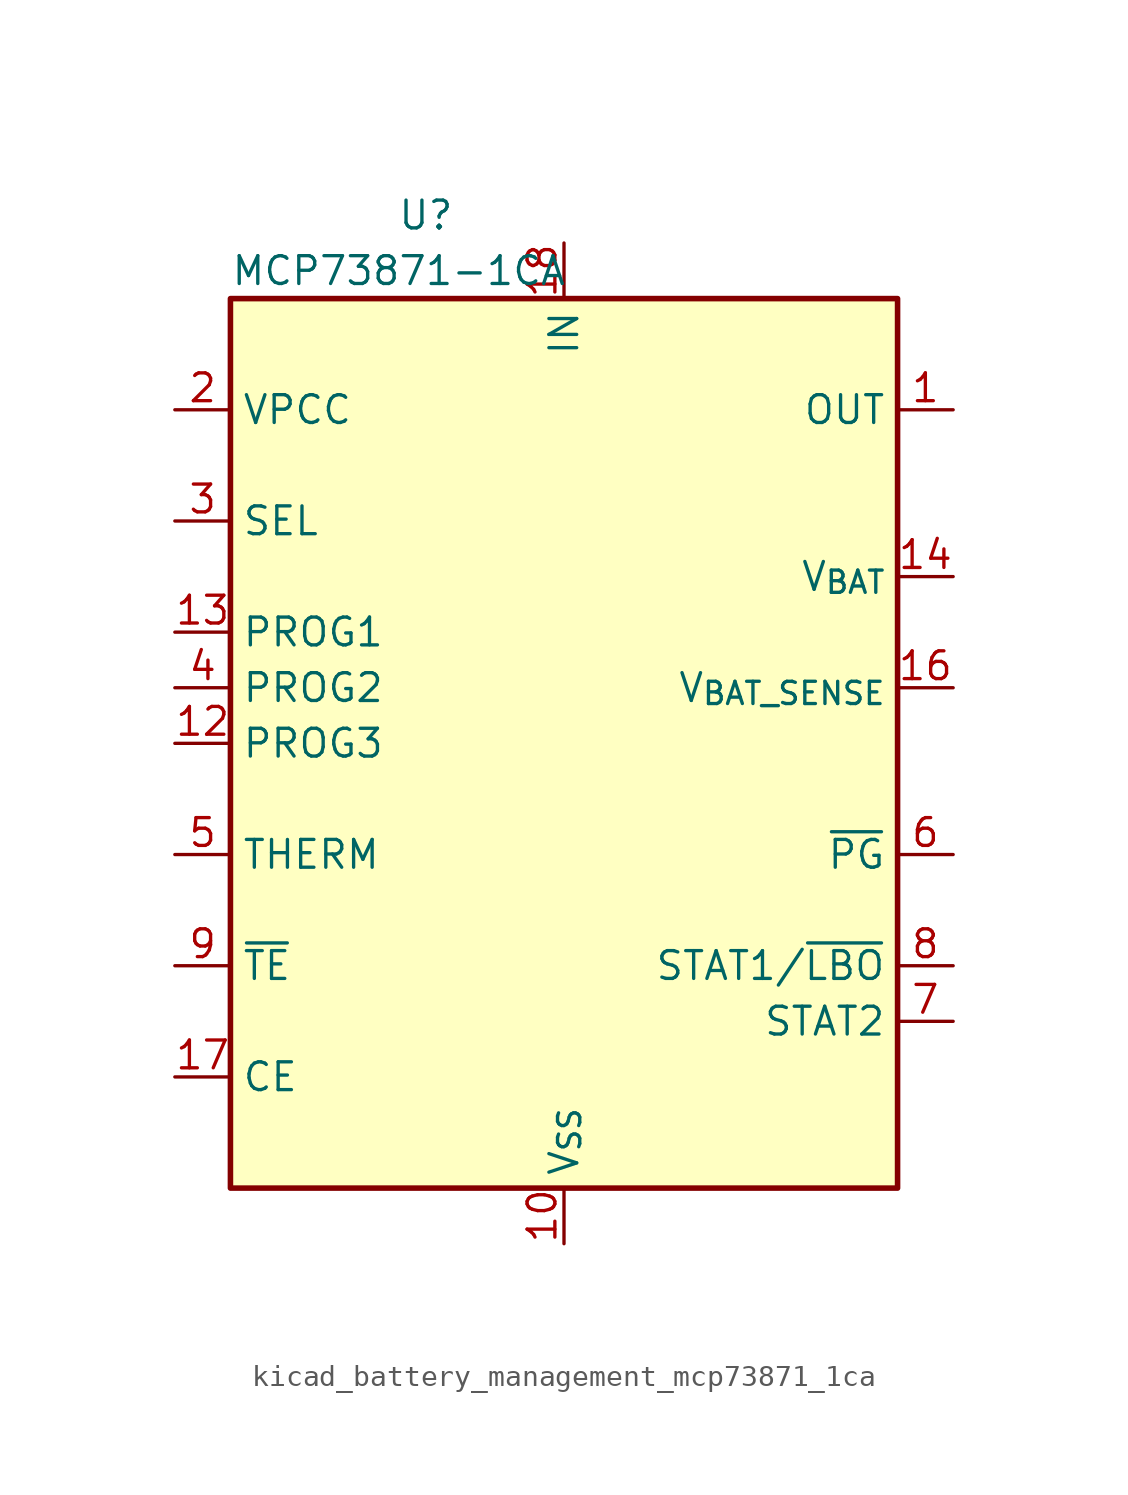
<source format=kicad_sym>
(kicad_symbol_lib
  (version 20220914)
  (generator kicad_symbol_editor)
  (symbol "kicad_battery_management_mcp73871_1ca"
    (property "Reference" "U"
      (at -7.62 24.13 0)
      (effects (font (size 1.27 1.27)) (justify left)))
    (property "Value" "MCP73871-1CA"
      (at -15.24 21.59 0)
      (effects (font (size 1.27 1.27)) (justify left)))
    (symbol "kicad_battery_management_mcp73871_1ca_0_1"
      (rectangle (start -15.24 20.32) (end 15.24 -20.32) (stroke (width 0.254) (type default)) (fill (type background))))
    (symbol "kicad_battery_management_mcp73871_1ca_1_1"
      (pin power_out line (at 17.78 15.24 180) (length 2.54) (name "OUT" (effects (font (size 1.27 1.27)))) (number "1" (effects (font (size 1.27 1.27)))))
      (pin power_in line (at 0 -22.86 90) (length 2.54) (name "V_{SS}" (effects (font (size 1.27 1.27)))) (number "10" (effects (font (size 1.27 1.27)))))
      (pin passive line (at 0 -22.86 90) (length 2.54) hide (name "V_{SS}" (effects (font (size 1.27 1.27)))) (number "11" (effects (font (size 1.27 1.27)))))
      (pin bidirectional line (at -17.78 0 0) (length 2.54) (name "PROG3" (effects (font (size 1.27 1.27)))) (number "12" (effects (font (size 1.27 1.27)))))
      (pin bidirectional line (at -17.78 5.08 0) (length 2.54) (name "PROG1" (effects (font (size 1.27 1.27)))) (number "13" (effects (font (size 1.27 1.27)))))
      (pin power_out line (at 17.78 7.62 180) (length 2.54) (name "V_{BAT}" (effects (font (size 1.27 1.27)))) (number "14" (effects (font (size 1.27 1.27)))))
      (pin passive line (at 17.78 7.62 180) (length 2.54) hide (name "V_{BAT}" (effects (font (size 1.27 1.27)))) (number "15" (effects (font (size 1.27 1.27)))))
      (pin input line (at 17.78 2.54 180) (length 2.54) (name "V_{BAT_SENSE}" (effects (font (size 1.27 1.27)))) (number "16" (effects (font (size 1.27 1.27)))))
      (pin input line (at -17.78 -15.24 0) (length 2.54) (name "CE" (effects (font (size 1.27 1.27)))) (number "17" (effects (font (size 1.27 1.27)))))
      (pin power_in line (at 0 22.86 270) (length 2.54) (name "IN" (effects (font (size 1.27 1.27)))) (number "18" (effects (font (size 1.27 1.27)))))
      (pin passive line (at 0 22.86 270) (length 2.54) hide (name "IN" (effects (font (size 1.27 1.27)))) (number "19" (effects (font (size 1.27 1.27)))))
      (pin input line (at -17.78 15.24 0) (length 2.54) (name "VPCC" (effects (font (size 1.27 1.27)))) (number "2" (effects (font (size 1.27 1.27)))))
      (pin passive line (at 17.78 15.24 180) (length 2.54) hide (name "OUT" (effects (font (size 1.27 1.27)))) (number "20" (effects (font (size 1.27 1.27)))))
      (pin passive line (at 0 -22.86 90) (length 2.54) hide (name "V_{SS}" (effects (font (size 1.27 1.27)))) (number "21" (effects (font (size 1.27 1.27)))))
      (pin input line (at -17.78 10.16 0) (length 2.54) (name "SEL" (effects (font (size 1.27 1.27)))) (number "3" (effects (font (size 1.27 1.27)))))
      (pin input line (at -17.78 2.54 0) (length 2.54) (name "PROG2" (effects (font (size 1.27 1.27)))) (number "4" (effects (font (size 1.27 1.27)))))
      (pin bidirectional line (at -17.78 -5.08 0) (length 2.54) (name "THERM" (effects (font (size 1.27 1.27)))) (number "5" (effects (font (size 1.27 1.27)))))
      (pin open_collector line (at 17.78 -5.08 180) (length 2.54) (name "~{PG}" (effects (font (size 1.27 1.27)))) (number "6" (effects (font (size 1.27 1.27)))))
      (pin open_collector line (at 17.78 -12.7 180) (length 2.54) (name "STAT2" (effects (font (size 1.27 1.27)))) (number "7" (effects (font (size 1.27 1.27)))))
      (pin open_collector line (at 17.78 -10.16 180) (length 2.54) (name "STAT1/~{LBO}" (effects (font (size 1.27 1.27)))) (number "8" (effects (font (size 1.27 1.27)))))
      (pin input line (at -17.78 -10.16 0) (length 2.54) (name "~{TE}" (effects (font (size 1.27 1.27)))) (number "9" (effects (font (size 1.27 1.27))))))))
</source>
